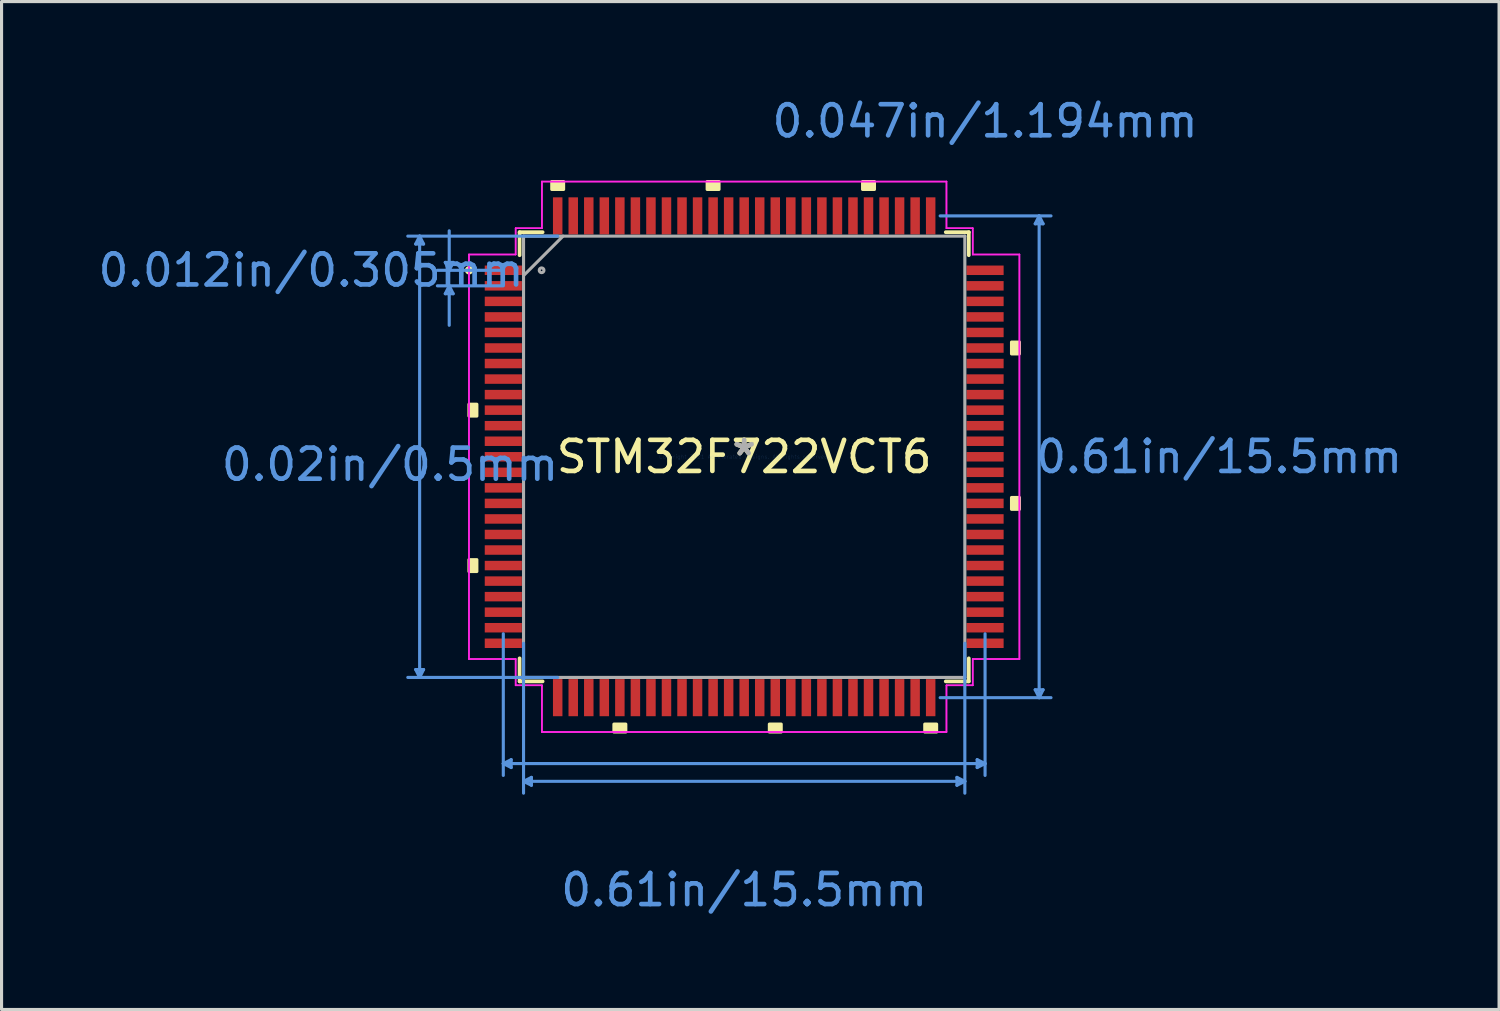
<source format=kicad_pcb>
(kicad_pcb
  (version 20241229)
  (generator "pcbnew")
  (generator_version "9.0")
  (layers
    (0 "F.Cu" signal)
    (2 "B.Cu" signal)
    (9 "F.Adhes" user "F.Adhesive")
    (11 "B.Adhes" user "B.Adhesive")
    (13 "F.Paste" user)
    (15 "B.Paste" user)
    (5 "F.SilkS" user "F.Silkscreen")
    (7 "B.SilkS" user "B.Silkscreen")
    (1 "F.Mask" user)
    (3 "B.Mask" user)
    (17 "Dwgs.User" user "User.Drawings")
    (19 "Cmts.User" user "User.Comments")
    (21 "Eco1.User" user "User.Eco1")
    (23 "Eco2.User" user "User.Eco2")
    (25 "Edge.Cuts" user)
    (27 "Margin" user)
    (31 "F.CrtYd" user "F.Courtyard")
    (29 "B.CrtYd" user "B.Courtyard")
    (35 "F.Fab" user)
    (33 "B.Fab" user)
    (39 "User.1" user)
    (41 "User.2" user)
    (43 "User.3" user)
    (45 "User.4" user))
  (footprint "STM32F722VCT6"
    (layer "F.Cu")
    (at 20.893 11.646)
    (property "Reference" "STM32F722VCT6" (at 0 0 0) (layer "F.SilkS") (effects (font (size 1 1) (thickness 0.15))))
    (attr through_hole)
    (fp_line (start -7.226 -7.226) (end -7.226 -6.485) (stroke (width 0.12) (type solid)) (layer "F.SilkS"))
    (fp_line (start -7.226 6.485) (end -7.226 7.226) (stroke (width 0.12) (type solid)) (layer "F.SilkS"))
    (fp_line (start -7.226 7.226) (end -6.485 7.226) (stroke (width 0.12) (type solid)) (layer "F.SilkS"))
    (fp_line (start -6.485 -7.226) (end -7.226 -7.226) (stroke (width 0.12) (type solid)) (layer "F.SilkS"))
    (fp_line (start 6.485 7.226) (end 7.226 7.226) (stroke (width 0.12) (type solid)) (layer "F.SilkS"))
    (fp_line (start 7.226 -7.226) (end 6.485 -7.226) (stroke (width 0.12) (type solid)) (layer "F.SilkS"))
    (fp_line (start 7.226 -6.485) (end 7.226 -7.226) (stroke (width 0.12) (type solid)) (layer "F.SilkS"))
    (fp_line (start 7.226 7.226) (end 7.226 6.485) (stroke (width 0.12) (type solid)) (layer "F.SilkS"))
    (fp_circle (center -8.851 -6) (end -8.775 -6) (stroke (width 0.12) (type solid)) (fill no) (layer "F.SilkS"))
    (fp_poly (pts (xy -8.855 -1.69) (xy -8.855 -1.31) (xy -8.601 -1.31) (xy -8.601 -1.69)) (stroke (width 0.1) (type solid)) (fill yes) (layer "F.SilkS"))
    (fp_poly (pts (xy -8.855 3.31) (xy -8.855 3.691) (xy -8.601 3.691) (xy -8.601 3.31)) (stroke (width 0.1) (type solid)) (fill yes) (layer "F.SilkS"))
    (fp_poly (pts (xy -6.191 -8.601) (xy -6.191 -8.855) (xy -5.81 -8.855) (xy -5.81 -8.601)) (stroke (width 0.1) (type solid)) (fill yes) (layer "F.SilkS"))
    (fp_poly (pts (xy -4.191 8.601) (xy -4.191 8.855) (xy -3.809 8.855) (xy -3.809 8.601)) (stroke (width 0.1) (type solid)) (fill yes) (layer "F.SilkS"))
    (fp_poly (pts (xy -1.191 -8.601) (xy -1.191 -8.855) (xy -0.81 -8.855) (xy -0.81 -8.601)) (stroke (width 0.1) (type solid)) (fill yes) (layer "F.SilkS"))
    (fp_poly (pts (xy 0.81 8.601) (xy 0.81 8.855) (xy 1.191 8.855) (xy 1.191 8.601)) (stroke (width 0.1) (type solid)) (fill yes) (layer "F.SilkS"))
    (fp_poly (pts (xy 3.809 -8.601) (xy 3.809 -8.855) (xy 4.191 -8.855) (xy 4.191 -8.601)) (stroke (width 0.1) (type solid)) (fill yes) (layer "F.SilkS"))
    (fp_poly (pts (xy 5.81 8.601) (xy 5.81 8.855) (xy 6.191 8.855) (xy 6.191 8.601)) (stroke (width 0.1) (type solid)) (fill yes) (layer "F.SilkS"))
    (fp_poly (pts (xy 8.855 -3.691) (xy 8.855 -3.31) (xy 8.601 -3.31) (xy 8.601 -3.691)) (stroke (width 0.1) (type solid)) (fill yes) (layer "F.SilkS"))
    (fp_poly (pts (xy 8.855 1.31) (xy 8.855 1.69) (xy 8.601 1.69) (xy 8.601 1.31)) (stroke (width 0.1) (type solid)) (fill yes) (layer "F.SilkS"))
    (fp_line (start -10.569 -6.845) (end -10.315 -6.845) (stroke (width 0.1) (type solid)) (layer "Cmts.User"))
    (fp_line (start -10.569 6.845) (end -10.315 6.845) (stroke (width 0.1) (type solid)) (layer "Cmts.User"))
    (fp_line (start -10.442 -7.099) (end -10.569 -6.845) (stroke (width 0.1) (type solid)) (layer "Cmts.User"))
    (fp_line (start -10.442 -7.099) (end -10.442 7.099) (stroke (width 0.1) (type solid)) (layer "Cmts.User"))
    (fp_line (start -10.442 -7.099) (end -10.315 -6.845) (stroke (width 0.1) (type solid)) (layer "Cmts.User"))
    (fp_line (start -10.442 7.099) (end -10.569 6.845) (stroke (width 0.1) (type solid)) (layer "Cmts.User"))
    (fp_line (start -10.442 7.099) (end -10.315 6.845) (stroke (width 0.1) (type solid)) (layer "Cmts.User"))
    (fp_line (start -9.617 -6.254) (end -9.363 -6.254) (stroke (width 0.1) (type solid)) (layer "Cmts.User"))
    (fp_line (start -9.617 -5.246) (end -9.363 -5.246) (stroke (width 0.1) (type solid)) (layer "Cmts.User"))
    (fp_line (start -9.49 -6) (end -9.617 -6.254) (stroke (width 0.1) (type solid)) (layer "Cmts.User"))
    (fp_line (start -9.49 -6) (end -9.49 -7.27) (stroke (width 0.1) (type solid)) (layer "Cmts.User"))
    (fp_line (start -9.49 -6) (end -9.363 -6.254) (stroke (width 0.1) (type solid)) (layer "Cmts.User"))
    (fp_line (start -9.49 -5.5) (end -9.617 -5.246) (stroke (width 0.1) (type solid)) (layer "Cmts.User"))
    (fp_line (start -9.49 -5.5) (end -9.49 -4.23) (stroke (width 0.1) (type solid)) (layer "Cmts.User"))
    (fp_line (start -9.49 -5.5) (end -9.363 -5.246) (stroke (width 0.1) (type solid)) (layer "Cmts.User"))
    (fp_line (start -7.75 -6) (end -9.871 -6) (stroke (width 0.1) (type solid)) (layer "Cmts.User"))
    (fp_line (start -7.75 -5.5) (end -9.871 -5.5) (stroke (width 0.1) (type solid)) (layer "Cmts.User"))
    (fp_line (start -7.75 5.695) (end -7.75 10.252) (stroke (width 0.1) (type solid)) (layer "Cmts.User"))
    (fp_line (start -7.75 9.871) (end -7.496 9.744) (stroke (width 0.1) (type solid)) (layer "Cmts.User"))
    (fp_line (start -7.75 9.871) (end -7.496 9.998) (stroke (width 0.1) (type solid)) (layer "Cmts.User"))
    (fp_line (start -7.75 9.871) (end 7.75 9.871) (stroke (width 0.1) (type solid)) (layer "Cmts.User"))
    (fp_line (start -7.496 9.744) (end -7.496 9.998) (stroke (width 0.1) (type solid)) (layer "Cmts.User"))
    (fp_line (start -7.099 6) (end -7.099 10.823) (stroke (width 0.1) (type solid)) (layer "Cmts.User"))
    (fp_line (start -7.099 10.442) (end -6.845 10.315) (stroke (width 0.1) (type solid)) (layer "Cmts.User"))
    (fp_line (start -7.099 10.442) (end -6.845 10.569) (stroke (width 0.1) (type solid)) (layer "Cmts.User"))
    (fp_line (start -7.099 10.442) (end 7.099 10.442) (stroke (width 0.1) (type solid)) (layer "Cmts.User"))
    (fp_line (start -6.845 10.315) (end -6.845 10.569) (stroke (width 0.1) (type solid)) (layer "Cmts.User"))
    (fp_line (start -6 -7.099) (end -10.823 -7.099) (stroke (width 0.1) (type solid)) (layer "Cmts.User"))
    (fp_line (start -6 7.099) (end -10.823 7.099) (stroke (width 0.1) (type solid)) (layer "Cmts.User"))
    (fp_line (start 6.305 -7.75) (end 9.871 -7.75) (stroke (width 0.1) (type solid)) (layer "Cmts.User"))
    (fp_line (start 6.305 7.75) (end 9.871 7.75) (stroke (width 0.1) (type solid)) (layer "Cmts.User"))
    (fp_line (start 6.845 10.315) (end 6.845 10.569) (stroke (width 0.1) (type solid)) (layer "Cmts.User"))
    (fp_line (start 7.099 6) (end 7.099 10.823) (stroke (width 0.1) (type solid)) (layer "Cmts.User"))
    (fp_line (start 7.099 10.442) (end 6.845 10.315) (stroke (width 0.1) (type solid)) (layer "Cmts.User"))
    (fp_line (start 7.099 10.442) (end 6.845 10.569) (stroke (width 0.1) (type solid)) (layer "Cmts.User"))
    (fp_line (start 7.496 9.744) (end 7.496 9.998) (stroke (width 0.1) (type solid)) (layer "Cmts.User"))
    (fp_line (start 7.75 5.695) (end 7.75 10.252) (stroke (width 0.1) (type solid)) (layer "Cmts.User"))
    (fp_line (start 7.75 9.871) (end 7.496 9.744) (stroke (width 0.1) (type solid)) (layer "Cmts.User"))
    (fp_line (start 7.75 9.871) (end 7.496 9.998) (stroke (width 0.1) (type solid)) (layer "Cmts.User"))
    (fp_line (start 9.363 -7.496) (end 9.617 -7.496) (stroke (width 0.1) (type solid)) (layer "Cmts.User"))
    (fp_line (start 9.363 7.496) (end 9.617 7.496) (stroke (width 0.1) (type solid)) (layer "Cmts.User"))
    (fp_line (start 9.49 -7.75) (end 9.363 -7.496) (stroke (width 0.1) (type solid)) (layer "Cmts.User"))
    (fp_line (start 9.49 -7.75) (end 9.49 7.75) (stroke (width 0.1) (type solid)) (layer "Cmts.User"))
    (fp_line (start 9.49 -7.75) (end 9.617 -7.496) (stroke (width 0.1) (type solid)) (layer "Cmts.User"))
    (fp_line (start 9.49 7.75) (end 9.363 7.496) (stroke (width 0.1) (type solid)) (layer "Cmts.User"))
    (fp_line (start 9.49 7.75) (end 9.617 7.496) (stroke (width 0.1) (type solid)) (layer "Cmts.User"))
    (fp_line (start -8.855 -6.508) (end -7.353 -6.508) (stroke (width 0.05) (type solid)) (layer "F.CrtYd"))
    (fp_line (start -8.855 -6.508) (end -7.353 -6.508) (stroke (width 0.05) (type solid)) (layer "F.CrtYd"))
    (fp_line (start -8.855 6.508) (end -8.855 -6.508) (stroke (width 0.05) (type solid)) (layer "F.CrtYd"))
    (fp_line (start -8.855 6.508) (end -8.855 -6.508) (stroke (width 0.05) (type solid)) (layer "F.CrtYd"))
    (fp_line (start -7.353 -7.353) (end -6.508 -7.353) (stroke (width 0.05) (type solid)) (layer "F.CrtYd"))
    (fp_line (start -7.353 -7.353) (end -6.508 -7.353) (stroke (width 0.05) (type solid)) (layer "F.CrtYd"))
    (fp_line (start -7.353 -6.508) (end -7.353 -7.353) (stroke (width 0.05) (type solid)) (layer "F.CrtYd"))
    (fp_line (start -7.353 -6.508) (end -7.353 -7.353) (stroke (width 0.05) (type solid)) (layer "F.CrtYd"))
    (fp_line (start -7.353 6.508) (end -8.855 6.508) (stroke (width 0.05) (type solid)) (layer "F.CrtYd"))
    (fp_line (start -7.353 6.508) (end -8.855 6.508) (stroke (width 0.05) (type solid)) (layer "F.CrtYd"))
    (fp_line (start -7.353 7.353) (end -7.353 6.508) (stroke (width 0.05) (type solid)) (layer "F.CrtYd"))
    (fp_line (start -7.353 7.353) (end -7.353 6.508) (stroke (width 0.05) (type solid)) (layer "F.CrtYd"))
    (fp_line (start -6.508 -8.855) (end 6.508 -8.855) (stroke (width 0.05) (type solid)) (layer "F.CrtYd"))
    (fp_line (start -6.508 -8.855) (end 6.508 -8.855) (stroke (width 0.05) (type solid)) (layer "F.CrtYd"))
    (fp_line (start -6.508 -7.353) (end -6.508 -8.855) (stroke (width 0.05) (type solid)) (layer "F.CrtYd"))
    (fp_line (start -6.508 -7.353) (end -6.508 -8.855) (stroke (width 0.05) (type solid)) (layer "F.CrtYd"))
    (fp_line (start -6.508 7.353) (end -7.353 7.353) (stroke (width 0.05) (type solid)) (layer "F.CrtYd"))
    (fp_line (start -6.508 7.353) (end -7.353 7.353) (stroke (width 0.05) (type solid)) (layer "F.CrtYd"))
    (fp_line (start -6.508 8.855) (end -6.508 7.353) (stroke (width 0.05) (type solid)) (layer "F.CrtYd"))
    (fp_line (start -6.508 8.855) (end -6.508 7.353) (stroke (width 0.05) (type solid)) (layer "F.CrtYd"))
    (fp_line (start 6.508 -8.855) (end 6.508 -7.353) (stroke (width 0.05) (type solid)) (layer "F.CrtYd"))
    (fp_line (start 6.508 -8.855) (end 6.508 -7.353) (stroke (width 0.05) (type solid)) (layer "F.CrtYd"))
    (fp_line (start 6.508 -7.353) (end 7.353 -7.353) (stroke (width 0.05) (type solid)) (layer "F.CrtYd"))
    (fp_line (start 6.508 -7.353) (end 7.353 -7.353) (stroke (width 0.05) (type solid)) (layer "F.CrtYd"))
    (fp_line (start 6.508 7.353) (end 6.508 8.855) (stroke (width 0.05) (type solid)) (layer "F.CrtYd"))
    (fp_line (start 6.508 7.353) (end 6.508 8.855) (stroke (width 0.05) (type solid)) (layer "F.CrtYd"))
    (fp_line (start 6.508 8.855) (end -6.508 8.855) (stroke (width 0.05) (type solid)) (layer "F.CrtYd"))
    (fp_line (start 6.508 8.855) (end -6.508 8.855) (stroke (width 0.05) (type solid)) (layer "F.CrtYd"))
    (fp_line (start 7.353 -7.353) (end 7.353 -6.508) (stroke (width 0.05) (type solid)) (layer "F.CrtYd"))
    (fp_line (start 7.353 -7.353) (end 7.353 -6.508) (stroke (width 0.05) (type solid)) (layer "F.CrtYd"))
    (fp_line (start 7.353 -6.508) (end 8.855 -6.508) (stroke (width 0.05) (type solid)) (layer "F.CrtYd"))
    (fp_line (start 7.353 -6.508) (end 8.855 -6.508) (stroke (width 0.05) (type solid)) (layer "F.CrtYd"))
    (fp_line (start 7.353 6.508) (end 7.353 7.353) (stroke (width 0.05) (type solid)) (layer "F.CrtYd"))
    (fp_line (start 7.353 6.508) (end 7.353 7.353) (stroke (width 0.05) (type solid)) (layer "F.CrtYd"))
    (fp_line (start 7.353 7.353) (end 6.508 7.353) (stroke (width 0.05) (type solid)) (layer "F.CrtYd"))
    (fp_line (start 7.353 7.353) (end 6.508 7.353) (stroke (width 0.05) (type solid)) (layer "F.CrtYd"))
    (fp_line (start 8.855 -6.508) (end 8.855 6.508) (stroke (width 0.05) (type solid)) (layer "F.CrtYd"))
    (fp_line (start 8.855 -6.508) (end 8.855 6.508) (stroke (width 0.05) (type solid)) (layer "F.CrtYd"))
    (fp_line (start 8.855 6.508) (end 7.353 6.508) (stroke (width 0.05) (type solid)) (layer "F.CrtYd"))
    (fp_line (start 8.855 6.508) (end 7.353 6.508) (stroke (width 0.05) (type solid)) (layer "F.CrtYd"))
    (fp_line (start -7.099 -7.099) (end -7.099 7.099) (stroke (width 0.1) (type solid)) (layer "F.Fab"))
    (fp_line (start -7.099 -5.829) (end -5.829 -7.099) (stroke (width 0.1) (type solid)) (layer "F.Fab"))
    (fp_line (start -7.099 7.099) (end 7.099 7.099) (stroke (width 0.1) (type solid)) (layer "F.Fab"))
    (fp_line (start 7.099 -7.099) (end -7.099 -7.099) (stroke (width 0.1) (type solid)) (layer "F.Fab"))
    (fp_line (start 7.099 7.099) (end 7.099 -7.099) (stroke (width 0.1) (type solid)) (layer "F.Fab"))
    (fp_circle (center -6.518 -6) (end -6.442 -6) (stroke (width 0.1) (type solid)) (fill no) (layer "F.Fab"))
    (fp_text user "*" (at 0 0 0) (layer "F.SilkS") (effects (font (size 1 1) (thickness 0.15))))
    (fp_text user "0.012in/0.305mm" (at -13.935 -6 0) (layer "Cmts.User") (effects (font (size 1 1) (thickness 0.15))))
    (fp_text user "0.61in/15.5mm" (at 0 13.935 0) (layer "Cmts.User") (effects (font (size 1 1) (thickness 0.15))))
    (fp_text user "0.61in/15.5mm" (at 15.281 0 0) (layer "Cmts.User") (effects (font (size 1 1) (thickness 0.15))))
    (fp_text user "0.047in/1.194mm" (at 7.75 -10.798 0) (layer "Cmts.User") (effects (font (size 1 1) (thickness 0.15))))
    (fp_text user "0.02in/0.5mm" (at -11.395 0.25 0) (layer "Cmts.User") (effects (font (size 1 1) (thickness 0.15))))
    (fp_text user "Copyright 2021 Accelerated Designs. All rights reserved." (at 0 0 0) (layer "Cmts.User") (effects (font (size 0.127 0.127) (thickness 0.002))))
    (fp_text user "*" (at 0 0 0) (layer "F.Fab") (effects (font (size 1 1) (thickness 0.15))))
    (pad "1" smd rect (at -7.75 -6) (size 1.194 0.305) (layers "F.Cu" "F.Mask" "F.Paste"))
    (pad "2" smd rect (at -7.75 -5.5) (size 1.194 0.305) (layers "F.Cu" "F.Mask" "F.Paste"))
    (pad "3" smd rect (at -7.75 -5) (size 1.194 0.305) (layers "F.Cu" "F.Mask" "F.Paste"))
    (pad "4" smd rect (at -7.75 -4.5) (size 1.194 0.305) (layers "F.Cu" "F.Mask" "F.Paste"))
    (pad "5" smd rect (at -7.75 -4) (size 1.194 0.305) (layers "F.Cu" "F.Mask" "F.Paste"))
    (pad "6" smd rect (at -7.75 -3.5) (size 1.194 0.305) (layers "F.Cu" "F.Mask" "F.Paste"))
    (pad "7" smd rect (at -7.75 -3) (size 1.194 0.305) (layers "F.Cu" "F.Mask" "F.Paste"))
    (pad "8" smd rect (at -7.75 -2.5) (size 1.194 0.305) (layers "F.Cu" "F.Mask" "F.Paste"))
    (pad "9" smd rect (at -7.75 -2) (size 1.194 0.305) (layers "F.Cu" "F.Mask" "F.Paste"))
    (pad "10" smd rect (at -7.75 -1.5) (size 1.194 0.305) (layers "F.Cu" "F.Mask" "F.Paste"))
    (pad "11" smd rect (at -7.75 -1) (size 1.194 0.305) (layers "F.Cu" "F.Mask" "F.Paste"))
    (pad "12" smd rect (at -7.75 -0.5) (size 1.194 0.305) (layers "F.Cu" "F.Mask" "F.Paste"))
    (pad "13" smd rect (at -7.75 0) (size 1.194 0.305) (layers "F.Cu" "F.Mask" "F.Paste"))
    (pad "14" smd rect (at -7.75 0.5) (size 1.194 0.305) (layers "F.Cu" "F.Mask" "F.Paste"))
    (pad "15" smd rect (at -7.75 1) (size 1.194 0.305) (layers "F.Cu" "F.Mask" "F.Paste"))
    (pad "16" smd rect (at -7.75 1.5) (size 1.194 0.305) (layers "F.Cu" "F.Mask" "F.Paste"))
    (pad "17" smd rect (at -7.75 2) (size 1.194 0.305) (layers "F.Cu" "F.Mask" "F.Paste"))
    (pad "18" smd rect (at -7.75 2.5) (size 1.194 0.305) (layers "F.Cu" "F.Mask" "F.Paste"))
    (pad "19" smd rect (at -7.75 3) (size 1.194 0.305) (layers "F.Cu" "F.Mask" "F.Paste"))
    (pad "20" smd rect (at -7.75 3.5) (size 1.194 0.305) (layers "F.Cu" "F.Mask" "F.Paste"))
    (pad "21" smd rect (at -7.75 4) (size 1.194 0.305) (layers "F.Cu" "F.Mask" "F.Paste"))
    (pad "22" smd rect (at -7.75 4.5) (size 1.194 0.305) (layers "F.Cu" "F.Mask" "F.Paste"))
    (pad "23" smd rect (at -7.75 5) (size 1.194 0.305) (layers "F.Cu" "F.Mask" "F.Paste"))
    (pad "24" smd rect (at -7.75 5.5) (size 1.194 0.305) (layers "F.Cu" "F.Mask" "F.Paste"))
    (pad "25" smd rect (at -7.75 6) (size 1.194 0.305) (layers "F.Cu" "F.Mask" "F.Paste"))
    (pad "26" smd rect (at -6 7.75 90) (size 1.194 0.305) (layers "F.Cu" "F.Mask" "F.Paste"))
    (pad "27" smd rect (at -5.5 7.75 90) (size 1.194 0.305) (layers "F.Cu" "F.Mask" "F.Paste"))
    (pad "28" smd rect (at -5 7.75 90) (size 1.194 0.305) (layers "F.Cu" "F.Mask" "F.Paste"))
    (pad "29" smd rect (at -4.5 7.75 90) (size 1.194 0.305) (layers "F.Cu" "F.Mask" "F.Paste"))
    (pad "30" smd rect (at -4 7.75 90) (size 1.194 0.305) (layers "F.Cu" "F.Mask" "F.Paste"))
    (pad "31" smd rect (at -3.5 7.75 90) (size 1.194 0.305) (layers "F.Cu" "F.Mask" "F.Paste"))
    (pad "32" smd rect (at -3 7.75 90) (size 1.194 0.305) (layers "F.Cu" "F.Mask" "F.Paste"))
    (pad "33" smd rect (at -2.5 7.75 90) (size 1.194 0.305) (layers "F.Cu" "F.Mask" "F.Paste"))
    (pad "34" smd rect (at -2 7.75 90) (size 1.194 0.305) (layers "F.Cu" "F.Mask" "F.Paste"))
    (pad "35" smd rect (at -1.5 7.75 90) (size 1.194 0.305) (layers "F.Cu" "F.Mask" "F.Paste"))
    (pad "36" smd rect (at -1 7.75 90) (size 1.194 0.305) (layers "F.Cu" "F.Mask" "F.Paste"))
    (pad "37" smd rect (at -0.5 7.75 90) (size 1.194 0.305) (layers "F.Cu" "F.Mask" "F.Paste"))
    (pad "38" smd rect (at 0 7.75 90) (size 1.194 0.305) (layers "F.Cu" "F.Mask" "F.Paste"))
    (pad "39" smd rect (at 0.5 7.75 90) (size 1.194 0.305) (layers "F.Cu" "F.Mask" "F.Paste"))
    (pad "40" smd rect (at 1 7.75 90) (size 1.194 0.305) (layers "F.Cu" "F.Mask" "F.Paste"))
    (pad "41" smd rect (at 1.5 7.75 90) (size 1.194 0.305) (layers "F.Cu" "F.Mask" "F.Paste"))
    (pad "42" smd rect (at 2 7.75 90) (size 1.194 0.305) (layers "F.Cu" "F.Mask" "F.Paste"))
    (pad "43" smd rect (at 2.5 7.75 90) (size 1.194 0.305) (layers "F.Cu" "F.Mask" "F.Paste"))
    (pad "44" smd rect (at 3 7.75 90) (size 1.194 0.305) (layers "F.Cu" "F.Mask" "F.Paste"))
    (pad "45" smd rect (at 3.5 7.75 90) (size 1.194 0.305) (layers "F.Cu" "F.Mask" "F.Paste"))
    (pad "46" smd rect (at 4 7.75 90) (size 1.194 0.305) (layers "F.Cu" "F.Mask" "F.Paste"))
    (pad "47" smd rect (at 4.5 7.75 90) (size 1.194 0.305) (layers "F.Cu" "F.Mask" "F.Paste"))
    (pad "48" smd rect (at 5 7.75 90) (size 1.194 0.305) (layers "F.Cu" "F.Mask" "F.Paste"))
    (pad "49" smd rect (at 5.5 7.75 90) (size 1.194 0.305) (layers "F.Cu" "F.Mask" "F.Paste"))
    (pad "50" smd rect (at 6 7.75 90) (size 1.194 0.305) (layers "F.Cu" "F.Mask" "F.Paste"))
    (pad "51" smd rect (at 7.75 6) (size 1.194 0.305) (layers "F.Cu" "F.Mask" "F.Paste"))
    (pad "52" smd rect (at 7.75 5.5) (size 1.194 0.305) (layers "F.Cu" "F.Mask" "F.Paste"))
    (pad "53" smd rect (at 7.75 5) (size 1.194 0.305) (layers "F.Cu" "F.Mask" "F.Paste"))
    (pad "54" smd rect (at 7.75 4.5) (size 1.194 0.305) (layers "F.Cu" "F.Mask" "F.Paste"))
    (pad "55" smd rect (at 7.75 4) (size 1.194 0.305) (layers "F.Cu" "F.Mask" "F.Paste"))
    (pad "56" smd rect (at 7.75 3.5) (size 1.194 0.305) (layers "F.Cu" "F.Mask" "F.Paste"))
    (pad "57" smd rect (at 7.75 3) (size 1.194 0.305) (layers "F.Cu" "F.Mask" "F.Paste"))
    (pad "58" smd rect (at 7.75 2.5) (size 1.194 0.305) (layers "F.Cu" "F.Mask" "F.Paste"))
    (pad "59" smd rect (at 7.75 2) (size 1.194 0.305) (layers "F.Cu" "F.Mask" "F.Paste"))
    (pad "60" smd rect (at 7.75 1.5) (size 1.194 0.305) (layers "F.Cu" "F.Mask" "F.Paste"))
    (pad "61" smd rect (at 7.75 1) (size 1.194 0.305) (layers "F.Cu" "F.Mask" "F.Paste"))
    (pad "62" smd rect (at 7.75 0.5) (size 1.194 0.305) (layers "F.Cu" "F.Mask" "F.Paste"))
    (pad "63" smd rect (at 7.75 0) (size 1.194 0.305) (layers "F.Cu" "F.Mask" "F.Paste"))
    (pad "64" smd rect (at 7.75 -0.5) (size 1.194 0.305) (layers "F.Cu" "F.Mask" "F.Paste"))
    (pad "65" smd rect (at 7.75 -1) (size 1.194 0.305) (layers "F.Cu" "F.Mask" "F.Paste"))
    (pad "66" smd rect (at 7.75 -1.5) (size 1.194 0.305) (layers "F.Cu" "F.Mask" "F.Paste"))
    (pad "67" smd rect (at 7.75 -2) (size 1.194 0.305) (layers "F.Cu" "F.Mask" "F.Paste"))
    (pad "68" smd rect (at 7.75 -2.5) (size 1.194 0.305) (layers "F.Cu" "F.Mask" "F.Paste"))
    (pad "69" smd rect (at 7.75 -3) (size 1.194 0.305) (layers "F.Cu" "F.Mask" "F.Paste"))
    (pad "70" smd rect (at 7.75 -3.5) (size 1.194 0.305) (layers "F.Cu" "F.Mask" "F.Paste"))
    (pad "71" smd rect (at 7.75 -4) (size 1.194 0.305) (layers "F.Cu" "F.Mask" "F.Paste"))
    (pad "72" smd rect (at 7.75 -4.5) (size 1.194 0.305) (layers "F.Cu" "F.Mask" "F.Paste"))
    (pad "73" smd rect (at 7.75 -5) (size 1.194 0.305) (layers "F.Cu" "F.Mask" "F.Paste"))
    (pad "74" smd rect (at 7.75 -5.5) (size 1.194 0.305) (layers "F.Cu" "F.Mask" "F.Paste"))
    (pad "75" smd rect (at 7.75 -6) (size 1.194 0.305) (layers "F.Cu" "F.Mask" "F.Paste"))
    (pad "76" smd rect (at 6 -7.75 90) (size 1.194 0.305) (layers "F.Cu" "F.Mask" "F.Paste"))
    (pad "77" smd rect (at 5.5 -7.75 90) (size 1.194 0.305) (layers "F.Cu" "F.Mask" "F.Paste"))
    (pad "78" smd rect (at 5 -7.75 90) (size 1.194 0.305) (layers "F.Cu" "F.Mask" "F.Paste"))
    (pad "79" smd rect (at 4.5 -7.75 90) (size 1.194 0.305) (layers "F.Cu" "F.Mask" "F.Paste"))
    (pad "80" smd rect (at 4 -7.75 90) (size 1.194 0.305) (layers "F.Cu" "F.Mask" "F.Paste"))
    (pad "81" smd rect (at 3.5 -7.75 90) (size 1.194 0.305) (layers "F.Cu" "F.Mask" "F.Paste"))
    (pad "82" smd rect (at 3 -7.75 90) (size 1.194 0.305) (layers "F.Cu" "F.Mask" "F.Paste"))
    (pad "83" smd rect (at 2.5 -7.75 90) (size 1.194 0.305) (layers "F.Cu" "F.Mask" "F.Paste"))
    (pad "84" smd rect (at 2 -7.75 90) (size 1.194 0.305) (layers "F.Cu" "F.Mask" "F.Paste"))
    (pad "85" smd rect (at 1.5 -7.75 90) (size 1.194 0.305) (layers "F.Cu" "F.Mask" "F.Paste"))
    (pad "86" smd rect (at 1 -7.75 90) (size 1.194 0.305) (layers "F.Cu" "F.Mask" "F.Paste"))
    (pad "87" smd rect (at 0.5 -7.75 90) (size 1.194 0.305) (layers "F.Cu" "F.Mask" "F.Paste"))
    (pad "88" smd rect (at 0 -7.75 90) (size 1.194 0.305) (layers "F.Cu" "F.Mask" "F.Paste"))
    (pad "89" smd rect (at -0.5 -7.75 90) (size 1.194 0.305) (layers "F.Cu" "F.Mask" "F.Paste"))
    (pad "90" smd rect (at -1 -7.75 90) (size 1.194 0.305) (layers "F.Cu" "F.Mask" "F.Paste"))
    (pad "91" smd rect (at -1.5 -7.75 90) (size 1.194 0.305) (layers "F.Cu" "F.Mask" "F.Paste"))
    (pad "92" smd rect (at -2 -7.75 90) (size 1.194 0.305) (layers "F.Cu" "F.Mask" "F.Paste"))
    (pad "93" smd rect (at -2.5 -7.75 90) (size 1.194 0.305) (layers "F.Cu" "F.Mask" "F.Paste"))
    (pad "94" smd rect (at -3 -7.75 90) (size 1.194 0.305) (layers "F.Cu" "F.Mask" "F.Paste"))
    (pad "95" smd rect (at -3.5 -7.75 90) (size 1.194 0.305) (layers "F.Cu" "F.Mask" "F.Paste"))
    (pad "96" smd rect (at -4 -7.75 90) (size 1.194 0.305) (layers "F.Cu" "F.Mask" "F.Paste"))
    (pad "97" smd rect (at -4.5 -7.75 90) (size 1.194 0.305) (layers "F.Cu" "F.Mask" "F.Paste"))
    (pad "98" smd rect (at -5 -7.75 90) (size 1.194 0.305) (layers "F.Cu" "F.Mask" "F.Paste"))
    (pad "99" smd rect (at -5.5 -7.75 90) (size 1.194 0.305) (layers "F.Cu" "F.Mask" "F.Paste"))
    (pad "100" smd rect (at -6 -7.75 90) (size 1.194 0.305) (layers "F.Cu" "F.Mask" "F.Paste")))
  (gr_rect
    (start -3 -3)
    (end 45.18 29.429)
    (stroke (width 0.1) (type default))
    (fill no)
    (layer "Edge.Cuts")))
</source>
